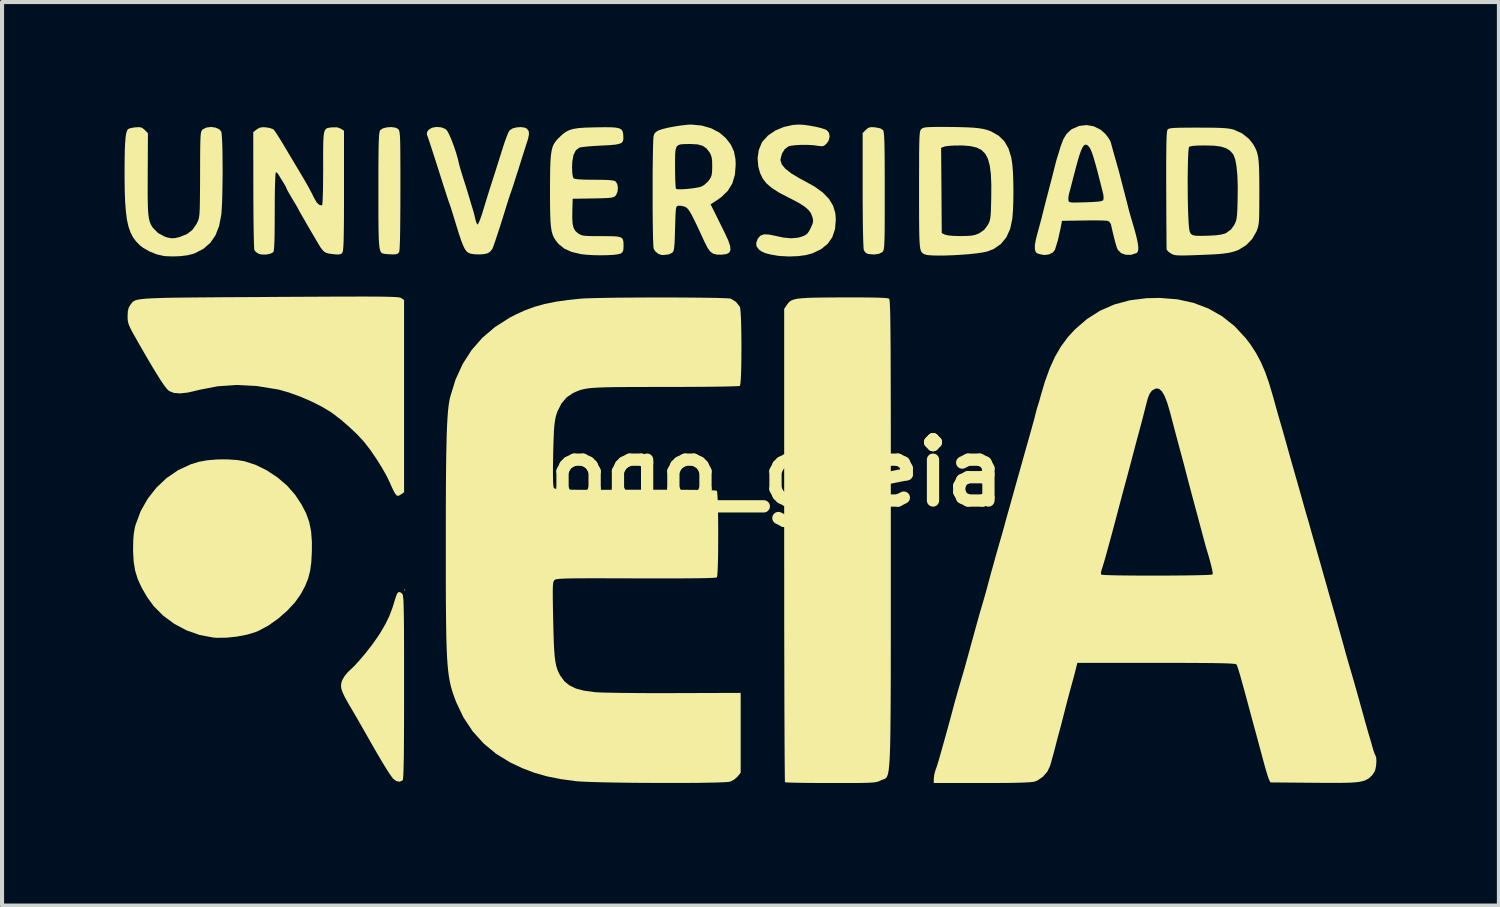
<source format=kicad_pcb>
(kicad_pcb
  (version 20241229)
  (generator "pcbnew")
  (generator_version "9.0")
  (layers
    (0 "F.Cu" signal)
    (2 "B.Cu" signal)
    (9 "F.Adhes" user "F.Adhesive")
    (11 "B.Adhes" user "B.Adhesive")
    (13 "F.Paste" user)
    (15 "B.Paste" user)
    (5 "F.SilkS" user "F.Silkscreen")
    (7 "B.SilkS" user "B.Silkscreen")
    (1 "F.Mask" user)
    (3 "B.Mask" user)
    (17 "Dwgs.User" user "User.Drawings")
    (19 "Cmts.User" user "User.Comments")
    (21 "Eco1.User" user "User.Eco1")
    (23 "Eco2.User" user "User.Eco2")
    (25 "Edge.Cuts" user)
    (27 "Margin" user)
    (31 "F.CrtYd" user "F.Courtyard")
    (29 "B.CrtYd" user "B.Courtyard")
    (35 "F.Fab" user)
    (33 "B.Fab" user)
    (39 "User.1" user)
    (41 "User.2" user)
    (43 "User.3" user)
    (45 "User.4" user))
  (footprint "logo_g_eia"
    (layer "F.Cu")
    (at 15.581 8.527)
    (property "Reference" "logo_g_eia" (at 0 0 0) (layer "F.SilkS") (effects (font (size 1.5 1.5) (thickness 0.3))))
    (attr board_only exclude_from_pos_files exclude_from_bom)
    (fp_poly (pts (xy -8.707 2.867) (xy -8.722 2.882) (xy -8.737 2.867) (xy -8.722 2.852)) (stroke (width 0) (type solid)) (fill yes) (layer "F.SilkS"))
    (fp_poly (pts (xy 2.765 -8.462) (xy 2.799 -8.459) (xy 2.922 -8.435) (xy 2.991 -8.392) (xy 2.992 -8.39) (xy 3.002 -8.366) (xy 3.01 -8.319) (xy 3.017 -8.246) (xy 3.022 -8.14) (xy 3.026 -7.999) (xy 3.029 -7.816) (xy 3.031 -7.589) (xy 3.032 -7.311) (xy 3.032 -6.979) (xy 3.032 -6.9) (xy 3.032 -6.569) (xy 3.032 -6.293) (xy 3.031 -6.067) (xy 3.03 -5.885) (xy 3.027 -5.742) (xy 3.023 -5.633) (xy 3.019 -5.553) (xy 3.012 -5.496) (xy 3.004 -5.457) (xy 2.994 -5.432) (xy 2.981 -5.414) (xy 2.972 -5.404) (xy 2.896 -5.364) (xy 2.784 -5.346) (xy 2.656 -5.354) (xy 2.603 -5.365) (xy 2.552 -5.402) (xy 2.52 -5.454) (xy 2.514 -5.5) (xy 2.509 -5.6) (xy 2.504 -5.75) (xy 2.499 -5.943) (xy 2.496 -6.174) (xy 2.494 -6.438) (xy 2.492 -6.729) (xy 2.492 -6.924) (xy 2.492 -8.319) (xy 2.569 -8.397) (xy 2.624 -8.443) (xy 2.681 -8.463)) (stroke (width 0) (type solid)) (fill yes) (layer "F.SilkS"))
    (fp_poly (pts (xy -8.946 -8.451) (xy -8.886 -8.421) (xy -8.873 -8.407) (xy -8.861 -8.388) (xy -8.852 -8.358) (xy -8.845 -8.314) (xy -8.839 -8.249) (xy -8.834 -8.158) (xy -8.831 -8.037) (xy -8.829 -7.879) (xy -8.828 -7.681) (xy -8.827 -7.436) (xy -8.827 -7.139) (xy -8.827 -6.914) (xy -8.828 -6.535) (xy -8.83 -6.208) (xy -8.833 -5.935) (xy -8.837 -5.717) (xy -8.843 -5.554) (xy -8.85 -5.449) (xy -8.858 -5.402) (xy -8.858 -5.402) (xy -8.892 -5.365) (xy -8.953 -5.349) (xy -9.031 -5.348) (xy -9.131 -5.353) (xy -9.214 -5.361) (xy -9.236 -5.365) (xy -9.265 -5.373) (xy -9.29 -5.388) (xy -9.31 -5.414) (xy -9.327 -5.458) (xy -9.34 -5.523) (xy -9.349 -5.614) (xy -9.357 -5.737) (xy -9.361 -5.896) (xy -9.364 -6.096) (xy -9.366 -6.342) (xy -9.366 -6.64) (xy -9.366 -6.929) (xy -9.366 -7.264) (xy -9.365 -7.544) (xy -9.363 -7.773) (xy -9.361 -7.957) (xy -9.357 -8.101) (xy -9.352 -8.21) (xy -9.346 -8.289) (xy -9.339 -8.342) (xy -9.329 -8.375) (xy -9.322 -8.389) (xy -9.258 -8.433) (xy -9.158 -8.459) (xy -9.047 -8.465)) (stroke (width 0) (type solid)) (fill yes) (layer "F.SilkS"))
    (fp_poly (pts (xy -12.826 -0.313) (xy -12.649 -0.284) (xy -12.375 -0.196) (xy -12.1 -0.061) (xy -11.838 0.112) (xy -11.604 0.311) (xy -11.413 0.528) (xy -11.398 0.548) (xy -11.247 0.778) (xy -11.135 0.993) (xy -11.059 1.207) (xy -11.013 1.436) (xy -10.994 1.695) (xy -10.995 1.93) (xy -11.008 2.186) (xy -11.037 2.4) (xy -11.086 2.589) (xy -11.159 2.77) (xy -11.261 2.961) (xy -11.264 2.967) (xy -11.41 3.174) (xy -11.601 3.379) (xy -11.821 3.571) (xy -12.055 3.737) (xy -12.291 3.865) (xy -12.37 3.898) (xy -12.583 3.963) (xy -12.829 4.01) (xy -13.084 4.037) (xy -13.322 4.04) (xy -13.406 4.034) (xy -13.739 3.972) (xy -14.061 3.859) (xy -14.362 3.699) (xy -14.634 3.499) (xy -14.868 3.264) (xy -15.026 3.047) (xy -15.161 2.814) (xy -15.258 2.603) (xy -15.322 2.396) (xy -15.358 2.174) (xy -15.372 1.919) (xy -15.372 1.842) (xy -15.368 1.641) (xy -15.354 1.481) (xy -15.329 1.342) (xy -15.312 1.276) (xy -15.189 0.944) (xy -15.017 0.639) (xy -14.804 0.366) (xy -14.554 0.13) (xy -14.273 -0.062) (xy -13.966 -0.206) (xy -13.764 -0.269) (xy -13.556 -0.307) (xy -13.315 -0.327) (xy -13.063 -0.329)) (stroke (width 0) (type solid)) (fill yes) (layer "F.SilkS"))
    (fp_poly (pts (xy -8.818 2.931) (xy -8.784 2.959) (xy -8.775 2.973) (xy -8.767 2.998) (xy -8.761 3.038) (xy -8.755 3.097) (xy -8.75 3.179) (xy -8.747 3.289) (xy -8.744 3.429) (xy -8.741 3.605) (xy -8.739 3.819) (xy -8.738 4.077) (xy -8.737 4.382) (xy -8.737 4.738) (xy -8.737 5.15) (xy -8.737 5.25) (xy -8.737 5.696) (xy -8.738 6.085) (xy -8.739 6.421) (xy -8.741 6.705) (xy -8.743 6.942) (xy -8.747 7.134) (xy -8.751 7.284) (xy -8.755 7.396) (xy -8.761 7.472) (xy -8.767 7.516) (xy -8.773 7.53) (xy -8.844 7.564) (xy -8.928 7.548) (xy -9.009 7.486) (xy -9.012 7.482) (xy -9.072 7.4) (xy -9.156 7.272) (xy -9.264 7.096) (xy -9.397 6.871) (xy -9.556 6.594) (xy -9.635 6.455) (xy -9.729 6.29) (xy -9.82 6.13) (xy -9.901 5.989) (xy -9.966 5.878) (xy -9.997 5.825) (xy -10.108 5.636) (xy -10.189 5.49) (xy -10.243 5.375) (xy -10.273 5.285) (xy -10.281 5.209) (xy -10.272 5.14) (xy -10.251 5.077) (xy -10.197 4.982) (xy -10.118 4.885) (xy -10.079 4.848) (xy -9.957 4.732) (xy -9.816 4.577) (xy -9.666 4.398) (xy -9.519 4.209) (xy -9.386 4.021) (xy -9.303 3.893) (xy -9.188 3.694) (xy -9.096 3.502) (xy -9.018 3.295) (xy -8.944 3.055) (xy -8.908 2.958) (xy -8.868 2.917)) (stroke (width 0) (type solid)) (fill yes) (layer "F.SilkS"))
    (fp_poly (pts (xy 1.051 -8.52) (xy 1.194 -8.5) (xy 1.341 -8.473) (xy 1.474 -8.441) (xy 1.576 -8.408) (xy 1.614 -8.389) (xy 1.669 -8.321) (xy 1.683 -8.229) (xy 1.657 -8.13) (xy 1.605 -8.058) (xy 1.549 -8.01) (xy 1.494 -7.995) (xy 1.412 -8.005) (xy 1.403 -8.006) (xy 1.282 -8.022) (xy 1.137 -8.03) (xy 0.984 -8.03) (xy 0.842 -8.022) (xy 0.728 -8.007) (xy 0.673 -7.992) (xy 0.585 -7.926) (xy 0.518 -7.82) (xy 0.483 -7.693) (xy 0.48 -7.65) (xy 0.51 -7.552) (xy 0.598 -7.446) (xy 0.742 -7.332) (xy 0.943 -7.211) (xy 1.052 -7.154) (xy 1.312 -7.01) (xy 1.515 -6.863) (xy 1.666 -6.708) (xy 1.767 -6.542) (xy 1.822 -6.36) (xy 1.835 -6.206) (xy 1.815 -5.969) (xy 1.749 -5.77) (xy 1.636 -5.607) (xy 1.473 -5.475) (xy 1.257 -5.372) (xy 1.099 -5.33) (xy 0.903 -5.305) (xy 0.689 -5.297) (xy 0.477 -5.308) (xy 0.42 -5.314) (xy 0.238 -5.345) (xy 0.104 -5.38) (xy 0.007 -5.426) (xy -0.05 -5.469) (xy -0.107 -5.546) (xy -0.114 -5.632) (xy -0.076 -5.734) (xy -0.015 -5.805) (xy 0.075 -5.839) (xy 0.202 -5.834) (xy 0.317 -5.81) (xy 0.548 -5.76) (xy 0.739 -5.742) (xy 0.902 -5.756) (xy 0.985 -5.778) (xy 1.076 -5.813) (xy 1.135 -5.855) (xy 1.183 -5.923) (xy 1.217 -5.989) (xy 1.26 -6.084) (xy 1.278 -6.15) (xy 1.274 -6.213) (xy 1.258 -6.274) (xy 1.222 -6.36) (xy 1.163 -6.438) (xy 1.074 -6.515) (xy 0.948 -6.597) (xy 0.777 -6.69) (xy 0.664 -6.746) (xy 0.441 -6.863) (xy 0.269 -6.973) (xy 0.139 -7.084) (xy 0.046 -7.203) (xy -0.019 -7.338) (xy -0.063 -7.497) (xy -0.064 -7.499) (xy -0.081 -7.704) (xy -0.052 -7.903) (xy 0.02 -8.079) (xy 0.04 -8.111) (xy 0.174 -8.259) (xy 0.351 -8.38) (xy 0.56 -8.468) (xy 0.787 -8.518) (xy 0.931 -8.527)) (stroke (width 0) (type solid)) (fill yes) (layer "F.SilkS"))
    (fp_poly (pts (xy -9.545 -4.315) (xy -9.362 -4.314) (xy -9.213 -4.312) (xy -9.093 -4.309) (xy -8.999 -4.306) (xy -8.928 -4.302) (xy -8.877 -4.297) (xy -8.841 -4.291) (xy -8.818 -4.284) (xy -8.808 -4.278) (xy -8.737 -4.232) (xy -8.737 -1.877) (xy -8.737 0.477) (xy -8.804 0.524) (xy -8.87 0.563) (xy -8.913 0.559) (xy -8.955 0.51) (xy -8.959 0.503) (xy -8.993 0.441) (xy -9.04 0.345) (xy -9.086 0.24) (xy -9.171 0.064) (xy -9.287 -0.139) (xy -9.421 -0.352) (xy -9.562 -0.558) (xy -9.701 -0.738) (xy -9.737 -0.781) (xy -9.895 -0.95) (xy -10.087 -1.131) (xy -10.29 -1.306) (xy -10.486 -1.456) (xy -10.538 -1.492) (xy -10.752 -1.62) (xy -11.004 -1.747) (xy -11.276 -1.864) (xy -11.546 -1.963) (xy -11.794 -2.034) (xy -11.837 -2.043) (xy -12.343 -2.125) (xy -12.83 -2.151) (xy -13.299 -2.119) (xy -13.749 -2.032) (xy -13.786 -2.022) (xy -14.026 -1.966) (xy -14.221 -1.944) (xy -14.373 -1.956) (xy -14.487 -2.001) (xy -14.496 -2.008) (xy -14.543 -2.053) (xy -14.607 -2.135) (xy -14.69 -2.256) (xy -14.793 -2.42) (xy -14.92 -2.628) (xy -15.07 -2.884) (xy -15.246 -3.19) (xy -15.284 -3.258) (xy -15.371 -3.411) (xy -15.431 -3.524) (xy -15.47 -3.609) (xy -15.493 -3.678) (xy -15.504 -3.742) (xy -15.507 -3.814) (xy -15.507 -3.833) (xy -15.501 -3.959) (xy -15.478 -4.046) (xy -15.445 -4.103) (xy -15.424 -4.132) (xy -15.406 -4.157) (xy -15.387 -4.18) (xy -15.362 -4.2) (xy -15.33 -4.217) (xy -15.285 -4.232) (xy -15.226 -4.245) (xy -15.148 -4.255) (xy -15.048 -4.265) (xy -14.922 -4.272) (xy -14.768 -4.278) (xy -14.582 -4.284) (xy -14.359 -4.288) (xy -14.098 -4.291) (xy -13.794 -4.294) (xy -13.444 -4.297) (xy -13.045 -4.3) (xy -12.593 -4.302) (xy -12.085 -4.305) (xy -12.028 -4.306) (xy -11.52 -4.309) (xy -11.069 -4.311) (xy -10.671 -4.313) (xy -10.323 -4.315) (xy -10.022 -4.315) (xy -9.763 -4.316)) (stroke (width 0) (type solid)) (fill yes) (layer "F.SilkS"))
    (fp_poly (pts (xy -13.353 -8.452) (xy -13.262 -8.412) (xy -13.214 -8.357) (xy -13.204 -8.305) (xy -13.196 -8.201) (xy -13.189 -8.056) (xy -13.184 -7.877) (xy -13.182 -7.675) (xy -13.18 -7.457) (xy -13.181 -7.233) (xy -13.184 -7.012) (xy -13.188 -6.802) (xy -13.194 -6.614) (xy -13.202 -6.455) (xy -13.211 -6.334) (xy -13.213 -6.32) (xy -13.265 -6.045) (xy -13.354 -5.817) (xy -13.48 -5.633) (xy -13.647 -5.487) (xy -13.857 -5.378) (xy -13.908 -5.359) (xy -14.043 -5.326) (xy -14.215 -5.305) (xy -14.401 -5.298) (xy -14.58 -5.305) (xy -14.622 -5.31) (xy -14.793 -5.349) (xy -14.971 -5.42) (xy -15.13 -5.512) (xy -15.21 -5.574) (xy -15.3 -5.667) (xy -15.375 -5.769) (xy -15.436 -5.887) (xy -15.484 -6.026) (xy -15.522 -6.192) (xy -15.548 -6.392) (xy -15.567 -6.631) (xy -15.577 -6.916) (xy -15.581 -7.252) (xy -15.581 -7.386) (xy -15.579 -7.669) (xy -15.575 -7.898) (xy -15.567 -8.077) (xy -15.556 -8.213) (xy -15.541 -8.311) (xy -15.521 -8.376) (xy -15.498 -8.413) (xy -15.451 -8.435) (xy -15.367 -8.453) (xy -15.316 -8.459) (xy -15.22 -8.464) (xy -15.158 -8.45) (xy -15.103 -8.41) (xy -15.088 -8.395) (xy -15.009 -8.317) (xy -15.014 -7.315) (xy -15.015 -7.022) (xy -15.015 -6.783) (xy -15.012 -6.59) (xy -15.007 -6.437) (xy -14.997 -6.318) (xy -14.984 -6.225) (xy -14.966 -6.151) (xy -14.943 -6.092) (xy -14.913 -6.038) (xy -14.886 -5.998) (xy -14.76 -5.87) (xy -14.592 -5.781) (xy -14.528 -5.761) (xy -14.436 -5.743) (xy -14.35 -5.746) (xy -14.242 -5.771) (xy -14.226 -5.776) (xy -14.052 -5.846) (xy -13.921 -5.947) (xy -13.821 -6.09) (xy -13.807 -6.117) (xy -13.788 -6.156) (xy -13.773 -6.195) (xy -13.761 -6.239) (xy -13.752 -6.295) (xy -13.745 -6.371) (xy -13.74 -6.472) (xy -13.737 -6.606) (xy -13.735 -6.779) (xy -13.733 -6.998) (xy -13.732 -7.269) (xy -13.732 -7.309) (xy -13.731 -7.587) (xy -13.73 -7.812) (xy -13.728 -7.989) (xy -13.725 -8.124) (xy -13.721 -8.224) (xy -13.715 -8.294) (xy -13.707 -8.342) (xy -13.696 -8.373) (xy -13.683 -8.393) (xy -13.666 -8.409) (xy -13.661 -8.412) (xy -13.572 -8.455) (xy -13.462 -8.468)) (stroke (width 0) (type solid)) (fill yes) (layer "F.SilkS"))
    (fp_poly (pts (xy 2.576 -4.294) (xy 2.776 -4.291) (xy 2.929 -4.287) (xy 3.037 -4.281) (xy 3.106 -4.273) (xy 3.138 -4.263) (xy 3.139 -4.262) (xy 3.145 -4.251) (xy 3.149 -4.228) (xy 3.154 -4.188) (xy 3.158 -4.13) (xy 3.161 -4.052) (xy 3.165 -3.951) (xy 3.168 -3.824) (xy 3.17 -3.67) (xy 3.172 -3.485) (xy 3.174 -3.267) (xy 3.176 -3.015) (xy 3.177 -2.725) (xy 3.178 -2.395) (xy 3.179 -2.023) (xy 3.18 -1.606) (xy 3.181 -1.142) (xy 3.181 -0.628) (xy 3.181 -0.063) (xy 3.181 0.557) (xy 3.181 1.234) (xy 3.181 1.482) (xy 3.181 2.185) (xy 3.181 2.831) (xy 3.181 3.421) (xy 3.181 3.959) (xy 3.18 4.447) (xy 3.18 4.887) (xy 3.179 5.282) (xy 3.177 5.634) (xy 3.175 5.946) (xy 3.172 6.221) (xy 3.169 6.46) (xy 3.165 6.667) (xy 3.159 6.843) (xy 3.153 6.992) (xy 3.145 7.115) (xy 3.136 7.216) (xy 3.126 7.297) (xy 3.114 7.36) (xy 3.101 7.407) (xy 3.086 7.442) (xy 3.069 7.467) (xy 3.051 7.484) (xy 3.03 7.495) (xy 3.008 7.504) (xy 2.983 7.512) (xy 2.956 7.522) (xy 2.943 7.528) (xy 2.907 7.546) (xy 2.871 7.56) (xy 2.827 7.571) (xy 2.771 7.58) (xy 2.695 7.586) (xy 2.594 7.591) (xy 2.46 7.594) (xy 2.287 7.595) (xy 2.068 7.596) (xy 1.798 7.596) (xy 1.71 7.596) (xy 1.459 7.595) (xy 1.227 7.594) (xy 1.02 7.592) (xy 0.847 7.588) (xy 0.713 7.585) (xy 0.625 7.581) (xy 0.591 7.576) (xy 0.59 7.576) (xy 0.588 7.544) (xy 0.586 7.456) (xy 0.585 7.313) (xy 0.583 7.118) (xy 0.581 6.876) (xy 0.579 6.588) (xy 0.578 6.257) (xy 0.576 5.886) (xy 0.575 5.479) (xy 0.574 5.038) (xy 0.573 4.566) (xy 0.572 4.066) (xy 0.571 3.541) (xy 0.571 2.993) (xy 0.571 2.426) (xy 0.57 1.843) (xy 0.57 1.771) (xy 0.57 -4.014) (xy 0.638 -4.114) (xy 0.67 -4.157) (xy 0.705 -4.193) (xy 0.75 -4.222) (xy 0.809 -4.244) (xy 0.889 -4.262) (xy 0.996 -4.274) (xy 1.135 -4.283) (xy 1.313 -4.289) (xy 1.536 -4.292) (xy 1.809 -4.294) (xy 2.015 -4.295) (xy 2.323 -4.295)) (stroke (width 0) (type solid)) (fill yes) (layer "F.SilkS"))
    (fp_poly (pts (xy 4.539 -8.469) (xy 4.807 -8.466) (xy 5.024 -8.46) (xy 5.199 -8.451) (xy 5.338 -8.437) (xy 5.452 -8.418) (xy 5.547 -8.393) (xy 5.634 -8.36) (xy 5.642 -8.357) (xy 5.823 -8.253) (xy 5.962 -8.117) (xy 6.063 -7.941) (xy 6.13 -7.723) (xy 6.156 -7.559) (xy 6.171 -7.376) (xy 6.18 -7.154) (xy 6.183 -6.91) (xy 6.181 -6.664) (xy 6.173 -6.437) (xy 6.158 -6.246) (xy 6.156 -6.219) (xy 6.103 -5.971) (xy 6.009 -5.764) (xy 5.873 -5.6) (xy 5.698 -5.479) (xy 5.545 -5.42) (xy 5.435 -5.396) (xy 5.286 -5.374) (xy 5.11 -5.355) (xy 4.916 -5.34) (xy 4.717 -5.328) (xy 4.523 -5.321) (xy 4.344 -5.319) (xy 4.192 -5.323) (xy 4.077 -5.332) (xy 4.01 -5.348) (xy 4.008 -5.349) (xy 3.978 -5.366) (xy 3.952 -5.384) (xy 3.931 -5.409) (xy 3.914 -5.446) (xy 3.901 -5.499) (xy 3.891 -5.574) (xy 3.884 -5.676) (xy 3.879 -5.811) (xy 3.876 -5.982) (xy 3.874 -6.196) (xy 3.873 -6.458) (xy 3.873 -6.773) (xy 3.873 -6.922) (xy 3.873 -7.254) (xy 3.874 -7.531) (xy 3.874 -7.759) (xy 3.876 -7.942) (xy 3.876 -7.957) (xy 4.413 -7.957) (xy 4.421 -6.914) (xy 4.428 -5.871) (xy 4.504 -5.833) (xy 4.576 -5.814) (xy 4.7 -5.802) (xy 4.865 -5.797) (xy 4.894 -5.797) (xy 5.049 -5.8) (xy 5.16 -5.808) (xy 5.245 -5.825) (xy 5.32 -5.853) (xy 5.344 -5.864) (xy 5.467 -5.949) (xy 5.554 -6.065) (xy 5.581 -6.117) (xy 5.601 -6.167) (xy 5.615 -6.227) (xy 5.625 -6.306) (xy 5.632 -6.415) (xy 5.636 -6.565) (xy 5.64 -6.74) (xy 5.642 -7.054) (xy 5.631 -7.313) (xy 5.604 -7.522) (xy 5.56 -7.687) (xy 5.494 -7.812) (xy 5.403 -7.903) (xy 5.286 -7.963) (xy 5.138 -7.998) (xy 4.958 -8.014) (xy 4.873 -8.015) (xy 4.735 -8.013) (xy 4.612 -8.006) (xy 4.522 -7.995) (xy 4.49 -7.987) (xy 4.413 -7.957) (xy 3.876 -7.957) (xy 3.879 -8.086) (xy 3.882 -8.196) (xy 3.887 -8.276) (xy 3.893 -8.333) (xy 3.902 -8.371) (xy 3.911 -8.396) (xy 3.924 -8.413) (xy 3.931 -8.419) (xy 3.958 -8.438) (xy 3.997 -8.452) (xy 4.058 -8.461) (xy 4.148 -8.466) (xy 4.278 -8.469) (xy 4.455 -8.469)) (stroke (width 0) (type solid)) (fill yes) (layer "F.SilkS"))
    (fp_poly (pts (xy -7.825 -8.459) (xy -7.724 -8.418) (xy -7.71 -8.408) (xy -7.67 -8.356) (xy -7.621 -8.258) (xy -7.566 -8.128) (xy -7.51 -7.979) (xy -7.459 -7.823) (xy -7.417 -7.674) (xy -7.399 -7.596) (xy -7.381 -7.523) (xy -7.349 -7.41) (xy -7.308 -7.277) (xy -7.281 -7.191) (xy -7.233 -7.041) (xy -7.186 -6.89) (xy -7.147 -6.76) (xy -7.132 -6.71) (xy -7.1 -6.601) (xy -7.071 -6.504) (xy -7.055 -6.455) (xy -7.034 -6.382) (xy -7.008 -6.28) (xy -6.995 -6.222) (xy -6.972 -6.138) (xy -6.949 -6.087) (xy -6.937 -6.079) (xy -6.911 -6.118) (xy -6.873 -6.208) (xy -6.828 -6.338) (xy -6.778 -6.5) (xy -6.769 -6.53) (xy -6.741 -6.624) (xy -6.699 -6.759) (xy -6.649 -6.92) (xy -6.594 -7.092) (xy -6.572 -7.161) (xy -6.51 -7.354) (xy -6.444 -7.563) (xy -6.38 -7.766) (xy -6.325 -7.938) (xy -6.317 -7.966) (xy -6.27 -8.109) (xy -6.224 -8.235) (xy -6.184 -8.331) (xy -6.155 -8.383) (xy -6.088 -8.429) (xy -5.988 -8.457) (xy -5.879 -8.465) (xy -5.781 -8.452) (xy -5.725 -8.423) (xy -5.686 -8.366) (xy -5.678 -8.294) (xy -5.698 -8.19) (xy -5.716 -8.13) (xy -5.739 -8.06) (xy -5.775 -7.945) (xy -5.823 -7.796) (xy -5.877 -7.625) (xy -5.928 -7.461) (xy -5.984 -7.287) (xy -6.034 -7.13) (xy -6.077 -6.999) (xy -6.108 -6.906) (xy -6.124 -6.86) (xy -6.143 -6.808) (xy -6.174 -6.712) (xy -6.214 -6.589) (xy -6.246 -6.485) (xy -6.32 -6.245) (xy -6.39 -6.024) (xy -6.454 -5.83) (xy -6.507 -5.67) (xy -6.549 -5.551) (xy -6.577 -5.481) (xy -6.58 -5.475) (xy -6.632 -5.413) (xy -6.685 -5.378) (xy -6.769 -5.356) (xy -6.886 -5.347) (xy -7.009 -5.351) (xy -7.111 -5.366) (xy -7.136 -5.375) (xy -7.179 -5.397) (xy -7.217 -5.434) (xy -7.255 -5.491) (xy -7.295 -5.576) (xy -7.341 -5.694) (xy -7.394 -5.852) (xy -7.458 -6.058) (xy -7.506 -6.215) (xy -7.547 -6.35) (xy -7.584 -6.468) (xy -7.613 -6.554) (xy -7.626 -6.59) (xy -7.642 -6.637) (xy -7.674 -6.731) (xy -7.716 -6.862) (xy -7.767 -7.019) (xy -7.822 -7.191) (xy -7.903 -7.446) (xy -7.978 -7.681) (xy -8.045 -7.887) (xy -8.101 -8.06) (xy -8.145 -8.191) (xy -8.174 -8.273) (xy -8.18 -8.288) (xy -8.174 -8.342) (xy -8.136 -8.4) (xy -8.054 -8.449) (xy -7.943 -8.469)) (stroke (width 0) (type solid)) (fill yes) (layer "F.SilkS"))
    (fp_poly (pts (xy -3.671 -8.461) (xy -3.551 -8.452) (xy -3.469 -8.435) (xy -3.417 -8.406) (xy -3.387 -8.363) (xy -3.373 -8.304) (xy -3.369 -8.253) (xy -3.367 -8.177) (xy -3.378 -8.121) (xy -3.409 -8.081) (xy -3.468 -8.054) (xy -3.564 -8.036) (xy -3.703 -8.023) (xy -3.894 -8.013) (xy -3.914 -8.012) (xy -4.08 -8.003) (xy -4.229 -7.992) (xy -4.35 -7.979) (xy -4.428 -7.967) (xy -4.446 -7.961) (xy -4.531 -7.898) (xy -4.588 -7.784) (xy -4.618 -7.618) (xy -4.624 -7.485) (xy -4.619 -7.352) (xy -4.606 -7.256) (xy -4.588 -7.212) (xy -4.546 -7.196) (xy -4.454 -7.185) (xy -4.31 -7.178) (xy -4.11 -7.176) (xy -4.083 -7.176) (xy -3.883 -7.174) (xy -3.736 -7.169) (xy -3.636 -7.159) (xy -3.576 -7.145) (xy -3.56 -7.136) (xy -3.517 -7.072) (xy -3.501 -6.979) (xy -3.511 -6.879) (xy -3.548 -6.797) (xy -3.555 -6.789) (xy -3.58 -6.766) (xy -3.613 -6.749) (xy -3.664 -6.737) (xy -3.743 -6.729) (xy -3.858 -6.724) (xy -4.019 -6.72) (xy -4.11 -6.718) (xy -4.609 -6.71) (xy -4.617 -6.418) (xy -4.619 -6.233) (xy -4.61 -6.097) (xy -4.587 -5.999) (xy -4.548 -5.928) (xy -4.489 -5.872) (xy -4.475 -5.862) (xy -4.433 -5.837) (xy -4.388 -5.818) (xy -4.331 -5.806) (xy -4.249 -5.799) (xy -4.132 -5.796) (xy -3.97 -5.795) (xy -3.9 -5.795) (xy -3.708 -5.794) (xy -3.569 -5.79) (xy -3.473 -5.778) (xy -3.413 -5.755) (xy -3.38 -5.716) (xy -3.366 -5.659) (xy -3.363 -5.578) (xy -3.363 -5.542) (xy -3.369 -5.451) (xy -3.393 -5.398) (xy -3.43 -5.37) (xy -3.497 -5.351) (xy -3.609 -5.337) (xy -3.755 -5.329) (xy -3.919 -5.326) (xy -4.088 -5.329) (xy -4.249 -5.338) (xy -4.388 -5.352) (xy -4.413 -5.356) (xy -4.636 -5.409) (xy -4.811 -5.488) (xy -4.947 -5.597) (xy -4.979 -5.633) (xy -5.029 -5.697) (xy -5.069 -5.762) (xy -5.1 -5.833) (xy -5.124 -5.919) (xy -5.141 -6.027) (xy -5.152 -6.163) (xy -5.159 -6.336) (xy -5.163 -6.552) (xy -5.164 -6.82) (xy -5.164 -6.898) (xy -5.163 -7.186) (xy -5.16 -7.422) (xy -5.154 -7.611) (xy -5.143 -7.761) (xy -5.126 -7.879) (xy -5.103 -7.972) (xy -5.072 -8.046) (xy -5.031 -8.109) (xy -4.981 -8.169) (xy -4.953 -8.197) (xy -4.865 -8.281) (xy -4.783 -8.344) (xy -4.697 -8.389) (xy -4.595 -8.42) (xy -4.467 -8.44) (xy -4.303 -8.452) (xy -4.091 -8.458) (xy -4.053 -8.459) (xy -3.836 -8.462)) (stroke (width 0) (type solid)) (fill yes) (layer "F.SilkS"))
    (fp_poly (pts (xy -12.123 -8.459) (xy -12.028 -8.443) (xy -11.953 -8.418) (xy -11.934 -8.407) (xy -11.902 -8.367) (xy -11.848 -8.287) (xy -11.777 -8.175) (xy -11.697 -8.044) (xy -11.673 -8.004) (xy -11.581 -7.849) (xy -11.487 -7.691) (xy -11.401 -7.547) (xy -11.335 -7.436) (xy -11.331 -7.431) (xy -11.192 -7.197) (xy -11.081 -7.003) (xy -10.995 -6.841) (xy -10.944 -6.737) (xy -10.88 -6.624) (xy -10.815 -6.562) (xy -10.746 -6.545) (xy -10.739 -6.574) (xy -10.732 -6.658) (xy -10.727 -6.789) (xy -10.722 -6.964) (xy -10.72 -7.176) (xy -10.718 -7.419) (xy -10.718 -7.457) (xy -10.719 -7.725) (xy -10.718 -7.939) (xy -10.715 -8.105) (xy -10.708 -8.23) (xy -10.697 -8.32) (xy -10.679 -8.38) (xy -10.654 -8.418) (xy -10.619 -8.439) (xy -10.574 -8.45) (xy -10.517 -8.457) (xy -10.494 -8.459) (xy -10.372 -8.459) (xy -10.284 -8.425) (xy -10.208 -8.375) (xy -10.208 -6.91) (xy -10.208 -6.564) (xy -10.209 -6.272) (xy -10.211 -6.031) (xy -10.214 -5.837) (xy -10.217 -5.684) (xy -10.222 -5.569) (xy -10.228 -5.486) (xy -10.235 -5.43) (xy -10.244 -5.398) (xy -10.249 -5.39) (xy -10.279 -5.36) (xy -10.324 -5.347) (xy -10.401 -5.347) (xy -10.481 -5.355) (xy -10.586 -5.369) (xy -10.66 -5.393) (xy -10.719 -5.437) (xy -10.778 -5.512) (xy -10.849 -5.629) (xy -10.96 -5.818) (xy -11.063 -5.993) (xy -11.153 -6.149) (xy -11.228 -6.279) (xy -11.283 -6.375) (xy -11.314 -6.431) (xy -11.319 -6.442) (xy -11.333 -6.47) (xy -11.372 -6.538) (xy -11.429 -6.634) (xy -11.469 -6.701) (xy -11.533 -6.81) (xy -11.584 -6.899) (xy -11.614 -6.957) (xy -11.619 -6.971) (xy -11.634 -7.007) (xy -11.672 -7.074) (xy -11.702 -7.122) (xy -11.757 -7.21) (xy -11.803 -7.286) (xy -11.818 -7.311) (xy -11.853 -7.352) (xy -11.878 -7.356) (xy -11.884 -7.323) (xy -11.89 -7.238) (xy -11.895 -7.107) (xy -11.9 -6.937) (xy -11.903 -6.736) (xy -11.904 -6.511) (xy -11.904 -6.389) (xy -11.905 -6.097) (xy -11.907 -5.862) (xy -11.911 -5.679) (xy -11.917 -5.546) (xy -11.925 -5.457) (xy -11.935 -5.41) (xy -11.939 -5.402) (xy -12.009 -5.365) (xy -12.112 -5.344) (xy -12.219 -5.344) (xy -12.293 -5.361) (xy -12.363 -5.404) (xy -12.403 -5.453) (xy -12.408 -5.494) (xy -12.412 -5.588) (xy -12.416 -5.731) (xy -12.42 -5.914) (xy -12.423 -6.134) (xy -12.425 -6.382) (xy -12.427 -6.654) (xy -12.428 -6.926) (xy -12.43 -8.342) (xy -12.347 -8.407) (xy -12.277 -8.449) (xy -12.197 -8.463)) (stroke (width 0) (type solid)) (fill yes) (layer "F.SilkS"))
    (fp_poly (pts (xy 10.945 -8.451) (xy 11.131 -8.449) (xy 11.274 -8.444) (xy 11.384 -8.437) (xy 11.469 -8.427) (xy 11.539 -8.413) (xy 11.591 -8.398) (xy 11.785 -8.309) (xy 11.949 -8.178) (xy 12.051 -8.05) (xy 12.095 -7.974) (xy 12.129 -7.901) (xy 12.156 -7.821) (xy 12.176 -7.728) (xy 12.189 -7.612) (xy 12.198 -7.465) (xy 12.202 -7.28) (xy 12.204 -7.048) (xy 12.205 -6.875) (xy 12.204 -6.635) (xy 12.203 -6.447) (xy 12.201 -6.302) (xy 12.197 -6.192) (xy 12.189 -6.109) (xy 12.179 -6.045) (xy 12.165 -5.991) (xy 12.146 -5.939) (xy 12.133 -5.907) (xy 12.028 -5.724) (xy 11.879 -5.571) (xy 11.699 -5.46) (xy 11.616 -5.428) (xy 11.534 -5.404) (xy 11.446 -5.385) (xy 11.342 -5.37) (xy 11.215 -5.357) (xy 11.054 -5.347) (xy 10.851 -5.338) (xy 10.613 -5.329) (xy 10.431 -5.323) (xy 10.298 -5.321) (xy 10.204 -5.324) (xy 10.139 -5.331) (xy 10.091 -5.344) (xy 10.05 -5.365) (xy 10.035 -5.373) (xy 9.971 -5.421) (xy 9.936 -5.464) (xy 9.934 -5.471) (xy 9.933 -5.508) (xy 9.932 -5.599) (xy 9.931 -5.738) (xy 9.93 -5.919) (xy 9.928 -6.135) (xy 9.927 -6.382) (xy 9.926 -6.652) (xy 9.925 -6.931) (xy 9.924 -7.149) (xy 10.45 -7.149) (xy 10.451 -6.932) (xy 10.453 -6.716) (xy 10.457 -6.509) (xy 10.463 -6.32) (xy 10.471 -6.158) (xy 10.474 -6.111) (xy 10.484 -5.99) (xy 10.499 -5.905) (xy 10.528 -5.849) (xy 10.582 -5.817) (xy 10.668 -5.803) (xy 10.797 -5.802) (xy 10.959 -5.806) (xy 11.132 -5.815) (xy 11.259 -5.831) (xy 11.354 -5.856) (xy 11.393 -5.872) (xy 11.513 -5.96) (xy 11.587 -6.064) (xy 11.614 -6.118) (xy 11.635 -6.172) (xy 11.649 -6.238) (xy 11.659 -6.326) (xy 11.666 -6.447) (xy 11.671 -6.613) (xy 11.673 -6.694) (xy 11.676 -7.009) (xy 11.667 -7.278) (xy 11.646 -7.5) (xy 11.615 -7.669) (xy 11.573 -7.784) (xy 11.56 -7.805) (xy 11.484 -7.889) (xy 11.387 -7.949) (xy 11.259 -7.989) (xy 11.092 -8.01) (xy 10.88 -8.016) (xy 10.692 -8.013) (xy 10.563 -8.003) (xy 10.493 -7.986) (xy 10.484 -7.98) (xy 10.475 -7.941) (xy 10.466 -7.851) (xy 10.46 -7.718) (xy 10.455 -7.551) (xy 10.452 -7.359) (xy 10.45 -7.149) (xy 9.924 -7.149) (xy 9.924 -7.282) (xy 9.924 -7.578) (xy 9.926 -7.821) (xy 9.928 -8.016) (xy 9.932 -8.167) (xy 9.937 -8.277) (xy 9.944 -8.351) (xy 9.952 -8.392) (xy 9.957 -8.402) (xy 9.974 -8.418) (xy 10.005 -8.43) (xy 10.056 -8.439) (xy 10.136 -8.445) (xy 10.251 -8.449) (xy 10.409 -8.451) (xy 10.616 -8.452) (xy 10.709 -8.452)) (stroke (width 0) (type solid)) (fill yes) (layer "F.SilkS"))
    (fp_poly (pts (xy 8.154 -8.483) (xy 8.32 -8.4) (xy 8.435 -8.297) (xy 8.501 -8.213) (xy 8.549 -8.136) (xy 8.565 -8.099) (xy 8.58 -8.043) (xy 8.607 -7.945) (xy 8.642 -7.819) (xy 8.673 -7.71) (xy 8.714 -7.566) (xy 8.752 -7.432) (xy 8.781 -7.325) (xy 8.794 -7.274) (xy 8.814 -7.196) (xy 8.844 -7.079) (xy 8.88 -6.941) (xy 8.901 -6.86) (xy 8.936 -6.726) (xy 8.967 -6.606) (xy 8.989 -6.518) (xy 8.997 -6.485) (xy 9.014 -6.418) (xy 9.043 -6.316) (xy 9.072 -6.215) (xy 9.145 -5.969) (xy 9.197 -5.773) (xy 9.229 -5.623) (xy 9.242 -5.514) (xy 9.236 -5.439) (xy 9.214 -5.393) (xy 9.195 -5.38) (xy 9.062 -5.337) (xy 8.932 -5.338) (xy 8.819 -5.38) (xy 8.739 -5.461) (xy 8.734 -5.47) (xy 8.708 -5.537) (xy 8.673 -5.658) (xy 8.63 -5.827) (xy 8.581 -6.038) (xy 8.571 -6.087) (xy 8.532 -6.147) (xy 8.489 -6.17) (xy 8.437 -6.175) (xy 8.338 -6.179) (xy 8.2 -6.18) (xy 8.037 -6.18) (xy 7.898 -6.178) (xy 7.373 -6.17) (xy 7.335 -5.975) (xy 7.271 -5.691) (xy 7.2 -5.461) (xy 7.148 -5.394) (xy 7.058 -5.349) (xy 6.954 -5.333) (xy 6.92 -5.336) (xy 6.816 -5.356) (xy 6.756 -5.379) (xy 6.726 -5.413) (xy 6.71 -5.47) (xy 6.709 -5.476) (xy 6.708 -5.576) (xy 6.735 -5.724) (xy 6.77 -5.859) (xy 6.81 -6.004) (xy 6.849 -6.149) (xy 6.881 -6.27) (xy 6.889 -6.305) (xy 6.911 -6.392) (xy 6.944 -6.522) (xy 6.984 -6.681) (xy 7.001 -6.744) (xy 7.529 -6.744) (xy 7.529 -6.676) (xy 7.535 -6.65) (xy 7.551 -6.633) (xy 7.586 -6.623) (xy 7.65 -6.618) (xy 7.753 -6.619) (xy 7.903 -6.623) (xy 7.95 -6.624) (xy 8.126 -6.631) (xy 8.25 -6.64) (xy 8.33 -6.652) (xy 8.373 -6.668) (xy 8.384 -6.679) (xy 8.392 -6.734) (xy 8.384 -6.817) (xy 8.379 -6.836) (xy 8.307 -7.124) (xy 8.247 -7.358) (xy 8.196 -7.546) (xy 8.154 -7.693) (xy 8.119 -7.805) (xy 8.087 -7.887) (xy 8.059 -7.946) (xy 8.031 -7.986) (xy 8.003 -8.015) (xy 7.961 -8.037) (xy 7.921 -8.027) (xy 7.882 -7.98) (xy 7.84 -7.893) (xy 7.793 -7.759) (xy 7.74 -7.575) (xy 7.688 -7.379) (xy 7.645 -7.214) (xy 7.606 -7.063) (xy 7.574 -6.939) (xy 7.551 -6.855) (xy 7.544 -6.83) (xy 7.529 -6.744) (xy 7.001 -6.744) (xy 7.03 -6.855) (xy 7.055 -6.95) (xy 7.099 -7.12) (xy 7.14 -7.277) (xy 7.173 -7.409) (xy 7.197 -7.503) (xy 7.205 -7.536) (xy 7.231 -7.638) (xy 7.259 -7.731) (xy 7.285 -7.812) (xy 7.318 -7.92) (xy 7.338 -7.987) (xy 7.404 -8.166) (xy 7.484 -8.298) (xy 7.587 -8.396) (xy 7.618 -8.417) (xy 7.792 -8.493) (xy 7.975 -8.515)) (stroke (width 0) (type solid)) (fill yes) (layer "F.SilkS"))
    (fp_poly (pts (xy -1.452 -8.503) (xy -1.218 -8.436) (xy -1.014 -8.329) (xy -0.858 -8.195) (xy -0.736 -8.035) (xy -0.66 -7.87) (xy -0.623 -7.682) (xy -0.617 -7.551) (xy -0.636 -7.3) (xy -0.699 -7.086) (xy -0.81 -6.905) (xy -0.971 -6.749) (xy -1.069 -6.679) (xy -1.232 -6.575) (xy -1.131 -6.373) (xy -1.074 -6.257) (xy -1.001 -6.11) (xy -0.924 -5.954) (xy -0.879 -5.863) (xy -0.798 -5.686) (xy -0.753 -5.552) (xy -0.745 -5.456) (xy -0.775 -5.392) (xy -0.843 -5.356) (xy -0.951 -5.342) (xy -0.963 -5.341) (xy -1.082 -5.344) (xy -1.171 -5.367) (xy -1.241 -5.418) (xy -1.306 -5.508) (xy -1.375 -5.644) (xy -1.386 -5.667) (xy -1.494 -5.901) (xy -1.581 -6.087) (xy -1.651 -6.229) (xy -1.706 -6.335) (xy -1.751 -6.41) (xy -1.788 -6.461) (xy -1.821 -6.492) (xy -1.853 -6.511) (xy -1.858 -6.514) (xy -1.944 -6.537) (xy -2.016 -6.54) (xy -2.041 -6.535) (xy -2.06 -6.523) (xy -2.073 -6.495) (xy -2.082 -6.444) (xy -2.089 -6.361) (xy -2.094 -6.237) (xy -2.099 -6.065) (xy -2.102 -5.98) (xy -2.107 -5.784) (xy -2.113 -5.639) (xy -2.121 -5.537) (xy -2.13 -5.469) (xy -2.143 -5.426) (xy -2.16 -5.4) (xy -2.175 -5.387) (xy -2.242 -5.353) (xy -2.285 -5.344) (xy -2.354 -5.337) (xy -2.377 -5.332) (xy -2.431 -5.334) (xy -2.505 -5.358) (xy -2.506 -5.358) (xy -2.591 -5.426) (xy -2.626 -5.491) (xy -2.632 -5.539) (xy -2.637 -5.639) (xy -2.642 -5.784) (xy -2.645 -5.966) (xy -2.648 -6.177) (xy -2.65 -6.41) (xy -2.651 -6.657) (xy -2.651 -6.911) (xy -2.651 -7.163) (xy -2.65 -7.407) (xy -2.647 -7.634) (xy -2.647 -7.653) (xy -2.102 -7.653) (xy -2.102 -7.48) (xy -2.1 -7.311) (xy -2.097 -7.164) (xy -2.091 -7.048) (xy -2.085 -6.974) (xy -2.079 -6.953) (xy -2.038 -6.943) (xy -1.953 -6.942) (xy -1.842 -6.948) (xy -1.719 -6.96) (xy -1.6 -6.976) (xy -1.503 -6.995) (xy -1.453 -7.01) (xy -1.375 -7.059) (xy -1.296 -7.134) (xy -1.276 -7.158) (xy -1.233 -7.221) (xy -1.208 -7.283) (xy -1.196 -7.363) (xy -1.192 -7.481) (xy -1.192 -7.502) (xy -1.194 -7.634) (xy -1.206 -7.727) (xy -1.232 -7.8) (xy -1.258 -7.847) (xy -1.334 -7.944) (xy -1.426 -8.007) (xy -1.548 -8.041) (xy -1.713 -8.051) (xy -1.748 -8.051) (xy -1.871 -8.049) (xy -1.962 -8.043) (xy -2.025 -8.023) (xy -2.066 -7.982) (xy -2.089 -7.912) (xy -2.099 -7.805) (xy -2.102 -7.653) (xy -2.647 -7.653) (xy -2.644 -7.837) (xy -2.64 -8.009) (xy -2.636 -8.14) (xy -2.63 -8.225) (xy -2.628 -8.245) (xy -2.6 -8.318) (xy -2.537 -8.368) (xy -2.499 -8.387) (xy -2.402 -8.419) (xy -2.264 -8.452) (xy -2.104 -8.482) (xy -1.94 -8.507) (xy -1.793 -8.523) (xy -1.705 -8.527)) (stroke (width 0) (type solid)) (fill yes) (layer "F.SilkS"))
    (fp_poly (pts (xy -2.091 -4.293) (xy -1.813 -4.291) (xy -1.553 -4.289) (xy -1.318 -4.286) (xy -1.113 -4.283) (xy -0.946 -4.278) (xy -0.824 -4.273) (xy -0.751 -4.267) (xy -0.737 -4.264) (xy -0.611 -4.186) (xy -0.518 -4.069) (xy -0.516 -4.065) (xy -0.505 -4.015) (xy -0.496 -3.916) (xy -0.488 -3.777) (xy -0.483 -3.607) (xy -0.479 -3.414) (xy -0.477 -3.208) (xy -0.477 -2.998) (xy -0.478 -2.791) (xy -0.481 -2.598) (xy -0.486 -2.427) (xy -0.493 -2.286) (xy -0.502 -2.185) (xy -0.512 -2.133) (xy -0.516 -2.128) (xy -0.552 -2.123) (xy -0.643 -2.119) (xy -0.784 -2.115) (xy -0.968 -2.111) (xy -1.191 -2.108) (xy -1.448 -2.106) (xy -1.732 -2.104) (xy -2.039 -2.103) (xy -2.348 -2.102) (xy -2.737 -2.102) (xy -3.07 -2.101) (xy -3.354 -2.1) (xy -3.593 -2.098) (xy -3.792 -2.094) (xy -3.956 -2.088) (xy -4.091 -2.081) (xy -4.201 -2.071) (xy -4.291 -2.058) (xy -4.366 -2.042) (xy -4.432 -2.023) (xy -4.494 -2) (xy -4.556 -1.973) (xy -4.603 -1.951) (xy -4.758 -1.846) (xy -4.887 -1.692) (xy -4.985 -1.496) (xy -5.012 -1.413) (xy -5.031 -1.339) (xy -5.046 -1.253) (xy -5.058 -1.149) (xy -5.068 -1.016) (xy -5.075 -0.847) (xy -5.082 -0.632) (xy -5.086 -0.455) (xy -5.091 -0.187) (xy -5.092 0.032) (xy -5.089 0.197) (xy -5.083 0.308) (xy -5.073 0.362) (xy -5.073 0.363) (xy -5.065 0.374) (xy -5.052 0.384) (xy -5.028 0.392) (xy -4.991 0.399) (xy -4.936 0.404) (xy -4.857 0.409) (xy -4.751 0.412) (xy -4.614 0.414) (xy -4.441 0.416) (xy -4.227 0.416) (xy -3.97 0.417) (xy -3.663 0.416) (xy -3.303 0.415) (xy -3.076 0.415) (xy -2.624 0.414) (xy -2.232 0.414) (xy -1.898 0.416) (xy -1.622 0.418) (xy -1.403 0.421) (xy -1.241 0.426) (xy -1.135 0.432) (xy -1.083 0.438) (xy -1.078 0.441) (xy -1.07 0.479) (xy -1.063 0.568) (xy -1.056 0.7) (xy -1.052 0.867) (xy -1.048 1.06) (xy -1.046 1.27) (xy -1.045 1.489) (xy -1.046 1.709) (xy -1.047 1.921) (xy -1.05 2.115) (xy -1.055 2.285) (xy -1.061 2.421) (xy -1.068 2.516) (xy -1.076 2.559) (xy -1.077 2.56) (xy -1.111 2.567) (xy -1.199 2.573) (xy -1.341 2.578) (xy -1.539 2.582) (xy -1.793 2.584) (xy -2.104 2.586) (xy -2.473 2.586) (xy -2.9 2.585) (xy -3.057 2.585) (xy -3.449 2.584) (xy -3.785 2.583) (xy -4.07 2.582) (xy -4.308 2.583) (xy -4.503 2.584) (xy -4.661 2.586) (xy -4.784 2.589) (xy -4.878 2.593) (xy -4.947 2.598) (xy -4.995 2.604) (xy -5.027 2.612) (xy -5.046 2.621) (xy -5.056 2.628) (xy -5.07 2.647) (xy -5.081 2.675) (xy -5.089 2.721) (xy -5.094 2.789) (xy -5.096 2.887) (xy -5.096 3.02) (xy -5.094 3.197) (xy -5.09 3.423) (xy -5.086 3.598) (xy -5.079 3.895) (xy -5.071 4.139) (xy -5.061 4.337) (xy -5.049 4.496) (xy -5.032 4.624) (xy -5.011 4.728) (xy -4.985 4.815) (xy -4.952 4.892) (xy -4.912 4.967) (xy -4.911 4.968) (xy -4.813 5.102) (xy -4.688 5.205) (xy -4.53 5.282) (xy -4.33 5.335) (xy -4.081 5.369) (xy -4.038 5.373) (xy -3.944 5.378) (xy -3.796 5.382) (xy -3.603 5.386) (xy -3.371 5.39) (xy -3.107 5.392) (xy -2.819 5.394) (xy -2.514 5.395) (xy -2.198 5.395) (xy -2.102 5.394) (xy -0.495 5.389) (xy -0.495 6.366) (xy -0.495 7.343) (xy -0.57 7.436) (xy -0.65 7.508) (xy -0.744 7.559) (xy -0.754 7.562) (xy -0.811 7.57) (xy -0.92 7.577) (xy -1.077 7.583) (xy -1.274 7.587) (xy -1.505 7.591) (xy -1.763 7.593) (xy -2.041 7.594) (xy -2.334 7.594) (xy -2.633 7.593) (xy -2.934 7.592) (xy -3.228 7.589) (xy -3.511 7.585) (xy -3.774 7.58) (xy -4.011 7.575) (xy -4.217 7.568) (xy -4.384 7.561) (xy -4.505 7.553) (xy -4.534 7.55) (xy -4.909 7.499) (xy -5.241 7.432) (xy -5.545 7.345) (xy -5.838 7.234) (xy -6.135 7.093) (xy -6.14 7.091) (xy -6.483 6.881) (xy -6.791 6.625) (xy -7.059 6.327) (xy -7.282 5.991) (xy -7.455 5.629) (xy -7.496 5.522) (xy -7.533 5.421) (xy -7.565 5.32) (xy -7.594 5.217) (xy -7.618 5.108) (xy -7.639 4.987) (xy -7.657 4.852) (xy -7.672 4.698) (xy -7.684 4.521) (xy -7.693 4.316) (xy -7.701 4.081) (xy -7.706 3.81) (xy -7.71 3.501) (xy -7.713 3.147) (xy -7.715 2.747) (xy -7.715 2.295) (xy -7.715 1.787) (xy -7.715 1.726) (xy -7.715 1.196) (xy -7.714 0.721) (xy -7.712 0.299) (xy -7.709 -0.073) (xy -7.705 -0.4) (xy -7.699 -0.685) (xy -7.693 -0.932) (xy -7.685 -1.144) (xy -7.675 -1.325) (xy -7.664 -1.478) (xy -7.651 -1.608) (xy -7.636 -1.717) (xy -7.619 -1.81) (xy -7.607 -1.861) (xy -7.477 -2.283) (xy -7.303 -2.663) (xy -7.085 -3.004) (xy -6.821 -3.306) (xy -6.51 -3.57) (xy -6.152 -3.798) (xy -6.009 -3.873) (xy -5.776 -3.979) (xy -5.544 -4.064) (xy -5.299 -4.133) (xy -5.03 -4.188) (xy -4.723 -4.232) (xy -4.428 -4.263) (xy -4.328 -4.27) (xy -4.181 -4.275) (xy -3.994 -4.28) (xy -3.772 -4.284) (xy -3.523 -4.288) (xy -3.252 -4.29) (xy -2.967 -4.292) (xy -2.675 -4.293) (xy -2.38 -4.293)) (stroke (width 0) (type solid)) (fill yes) (layer "F.SilkS"))
    (fp_poly (pts (xy 10.198 -4.248) (xy 10.594 -4.161) (xy 10.959 -4.022) (xy 11.294 -3.832) (xy 11.599 -3.59) (xy 11.871 -3.297) (xy 11.994 -3.134) (xy 12.125 -2.931) (xy 12.24 -2.716) (xy 12.344 -2.476) (xy 12.441 -2.201) (xy 12.537 -1.878) (xy 12.55 -1.832) (xy 12.596 -1.664) (xy 12.648 -1.479) (xy 12.696 -1.31) (xy 12.715 -1.246) (xy 12.788 -0.993) (xy 12.852 -0.768) (xy 12.903 -0.584) (xy 12.911 -0.555) (xy 12.928 -0.495) (xy 12.957 -0.39) (xy 12.996 -0.253) (xy 13.041 -0.096) (xy 13.06 -0.03) (xy 13.137 0.24) (xy 13.199 0.459) (xy 13.249 0.635) (xy 13.287 0.774) (xy 13.302 0.826) (xy 13.324 0.906) (xy 13.356 1.014) (xy 13.375 1.081) (xy 13.406 1.183) (xy 13.43 1.27) (xy 13.44 1.306) (xy 13.452 1.349) (xy 13.47 1.413) (xy 13.496 1.507) (xy 13.535 1.642) (xy 13.568 1.756) (xy 13.588 1.827) (xy 13.62 1.942) (xy 13.662 2.088) (xy 13.709 2.252) (xy 13.734 2.342) (xy 13.79 2.54) (xy 13.852 2.756) (xy 13.911 2.967) (xy 13.963 3.148) (xy 13.973 3.183) (xy 14.067 3.512) (xy 14.144 3.786) (xy 14.207 4.009) (xy 14.256 4.184) (xy 14.291 4.312) (xy 14.306 4.368) (xy 14.333 4.464) (xy 14.37 4.595) (xy 14.413 4.741) (xy 14.436 4.819) (xy 14.472 4.943) (xy 14.521 5.111) (xy 14.576 5.306) (xy 14.635 5.515) (xy 14.692 5.723) (xy 14.696 5.735) (xy 14.748 5.922) (xy 14.795 6.094) (xy 14.837 6.24) (xy 14.868 6.351) (xy 14.887 6.416) (xy 14.89 6.425) (xy 14.911 6.493) (xy 14.941 6.595) (xy 14.968 6.695) (xy 14.999 6.799) (xy 15.028 6.88) (xy 15.047 6.919) (xy 15.066 6.975) (xy 15.071 7.068) (xy 15.063 7.174) (xy 15.043 7.273) (xy 15.025 7.32) (xy 14.967 7.405) (xy 14.897 7.472) (xy 14.848 7.504) (xy 14.795 7.531) (xy 14.732 7.551) (xy 14.654 7.567) (xy 14.553 7.579) (xy 14.423 7.587) (xy 14.258 7.591) (xy 14.052 7.592) (xy 13.797 7.592) (xy 13.526 7.59) (xy 12.476 7.581) (xy 12.439 7.505) (xy 12.417 7.447) (xy 12.385 7.345) (xy 12.347 7.214) (xy 12.307 7.07) (xy 12.262 6.899) (xy 12.213 6.719) (xy 12.169 6.554) (xy 12.142 6.455) (xy 12.104 6.315) (xy 12.057 6.143) (xy 12.009 5.965) (xy 11.979 5.855) (xy 11.899 5.555) (xy 11.832 5.309) (xy 11.777 5.112) (xy 11.734 4.958) (xy 11.7 4.844) (xy 11.674 4.765) (xy 11.656 4.715) (xy 11.642 4.691) (xy 11.642 4.691) (xy 11.624 4.683) (xy 11.579 4.677) (xy 11.504 4.671) (xy 11.396 4.666) (xy 11.251 4.662) (xy 11.065 4.659) (xy 10.835 4.657) (xy 10.557 4.655) (xy 10.228 4.654) (xy 9.844 4.654) (xy 9.68 4.654) (xy 7.748 4.654) (xy 7.717 4.781) (xy 7.702 4.841) (xy 7.687 4.898) (xy 7.67 4.964) (xy 7.647 5.05) (xy 7.614 5.169) (xy 7.57 5.33) (xy 7.554 5.389) (xy 7.511 5.551) (xy 7.464 5.731) (xy 7.423 5.893) (xy 7.417 5.915) (xy 7.381 6.057) (xy 7.344 6.201) (xy 7.312 6.319) (xy 7.307 6.335) (xy 7.271 6.467) (xy 7.234 6.61) (xy 7.22 6.665) (xy 7.191 6.78) (xy 7.162 6.889) (xy 7.149 6.935) (xy 7.121 7.034) (xy 7.09 7.147) (xy 7.082 7.173) (xy 7.016 7.314) (xy 6.908 7.439) (xy 6.775 7.532) (xy 6.706 7.559) (xy 6.649 7.57) (xy 6.553 7.578) (xy 6.414 7.585) (xy 6.229 7.59) (xy 5.993 7.594) (xy 5.705 7.595) (xy 5.408 7.596) (xy 4.233 7.596) (xy 4.233 7.492) (xy 4.245 7.391) (xy 4.273 7.285) (xy 4.277 7.274) (xy 4.308 7.188) (xy 4.345 7.069) (xy 4.383 6.942) (xy 4.384 6.935) (xy 4.423 6.796) (xy 4.47 6.63) (xy 4.514 6.47) (xy 4.523 6.44) (xy 4.565 6.287) (xy 4.603 6.15) (xy 4.641 6.01) (xy 4.685 5.846) (xy 4.727 5.689) (xy 4.754 5.588) (xy 4.784 5.483) (xy 4.818 5.361) (xy 4.862 5.211) (xy 4.918 5.019) (xy 4.942 4.939) (xy 4.972 4.835) (xy 5.014 4.686) (xy 5.064 4.506) (xy 5.118 4.308) (xy 5.173 4.106) (xy 5.18 4.083) (xy 5.235 3.882) (xy 5.29 3.683) (xy 5.341 3.5) (xy 5.385 3.347) (xy 5.417 3.237) (xy 5.42 3.228) (xy 5.466 3.072) (xy 5.515 2.898) (xy 5.556 2.747) (xy 5.589 2.622) (xy 5.62 2.508) (xy 5.636 2.447) (xy 8.326 2.447) (xy 8.332 2.492) (xy 8.365 2.498) (xy 8.45 2.504) (xy 8.581 2.508) (xy 8.75 2.512) (xy 8.949 2.514) (xy 9.172 2.516) (xy 9.411 2.517) (xy 9.658 2.517) (xy 9.906 2.517) (xy 10.148 2.515) (xy 10.377 2.513) (xy 10.584 2.51) (xy 10.764 2.506) (xy 10.907 2.502) (xy 11.008 2.496) (xy 11.058 2.49) (xy 11.062 2.488) (xy 11.063 2.452) (xy 11.049 2.369) (xy 11.021 2.251) (xy 10.983 2.108) (xy 10.937 1.951) (xy 10.928 1.922) (xy 10.905 1.845) (xy 10.873 1.73) (xy 10.837 1.598) (xy 10.823 1.546) (xy 10.789 1.418) (xy 10.744 1.25) (xy 10.694 1.062) (xy 10.643 0.873) (xy 10.626 0.811) (xy 10.576 0.623) (xy 10.524 0.429) (xy 10.476 0.248) (xy 10.437 0.099) (xy 10.427 0.06) (xy 10.392 -0.074) (xy 10.361 -0.196) (xy 10.336 -0.287) (xy 10.329 -0.315) (xy 10.301 -0.418) (xy 10.261 -0.565) (xy 10.213 -0.745) (xy 10.16 -0.943) (xy 10.106 -1.148) (xy 10.054 -1.346) (xy 10.018 -1.483) (xy 9.951 -1.712) (xy 9.884 -1.883) (xy 9.817 -1.998) (xy 9.746 -2.058) (xy 9.672 -2.066) (xy 9.591 -2.024) (xy 9.568 -2.004) (xy 9.521 -1.94) (xy 9.477 -1.835) (xy 9.434 -1.68) (xy 9.431 -1.666) (xy 9.391 -1.506) (xy 9.344 -1.321) (xy 9.298 -1.148) (xy 9.288 -1.111) (xy 9.248 -0.962) (xy 9.212 -0.832) (xy 9.178 -0.703) (xy 9.14 -0.559) (xy 9.094 -0.385) (xy 9.056 -0.24) (xy 9.011 -0.071) (xy 8.96 0.12) (xy 8.912 0.297) (xy 8.903 0.33) (xy 8.864 0.474) (xy 8.817 0.652) (xy 8.766 0.843) (xy 8.72 1.02) (xy 8.658 1.253) (xy 8.598 1.478) (xy 8.534 1.713) (xy 8.461 1.977) (xy 8.418 2.132) (xy 8.386 2.24) (xy 8.356 2.336) (xy 8.341 2.378) (xy 8.326 2.447) (xy 5.636 2.447) (xy 5.642 2.427) (xy 5.645 2.417) (xy 5.668 2.336) (xy 5.698 2.227) (xy 5.716 2.162) (xy 5.745 2.055) (xy 5.785 1.916) (xy 5.827 1.769) (xy 5.839 1.726) (xy 5.88 1.586) (xy 5.92 1.447) (xy 5.951 1.334) (xy 5.959 1.306) (xy 5.99 1.189) (xy 6.028 1.053) (xy 6.05 0.976) (xy 6.082 0.863) (xy 6.111 0.759) (xy 6.126 0.706) (xy 6.14 0.654) (xy 6.168 0.554) (xy 6.208 0.411) (xy 6.257 0.235) (xy 6.314 0.033) (xy 6.376 -0.186) (xy 6.395 -0.255) (xy 6.472 -0.529) (xy 6.535 -0.752) (xy 6.585 -0.929) (xy 6.624 -1.067) (xy 6.653 -1.173) (xy 6.675 -1.253) (xy 6.692 -1.313) (xy 6.704 -1.36) (xy 6.714 -1.4) (xy 6.723 -1.438) (xy 6.728 -1.456) (xy 6.753 -1.554) (xy 6.779 -1.64) (xy 6.783 -1.651) (xy 6.808 -1.73) (xy 6.836 -1.829) (xy 6.84 -1.846) (xy 6.952 -2.227) (xy 7.071 -2.556) (xy 7.201 -2.842) (xy 7.347 -3.093) (xy 7.513 -3.318) (xy 7.689 -3.51) (xy 7.985 -3.766) (xy 8.306 -3.97) (xy 8.655 -4.122) (xy 9.034 -4.224) (xy 9.445 -4.276) (xy 9.773 -4.282)) (stroke (width 0) (type solid)) (fill yes) (layer "F.SilkS")))
  (gr_rect
    (start -3 -3)
    (end 33.652 19.123)
    (stroke (width 0.1) (type default))
    (fill no)
    (layer "Edge.Cuts")))
</source>
